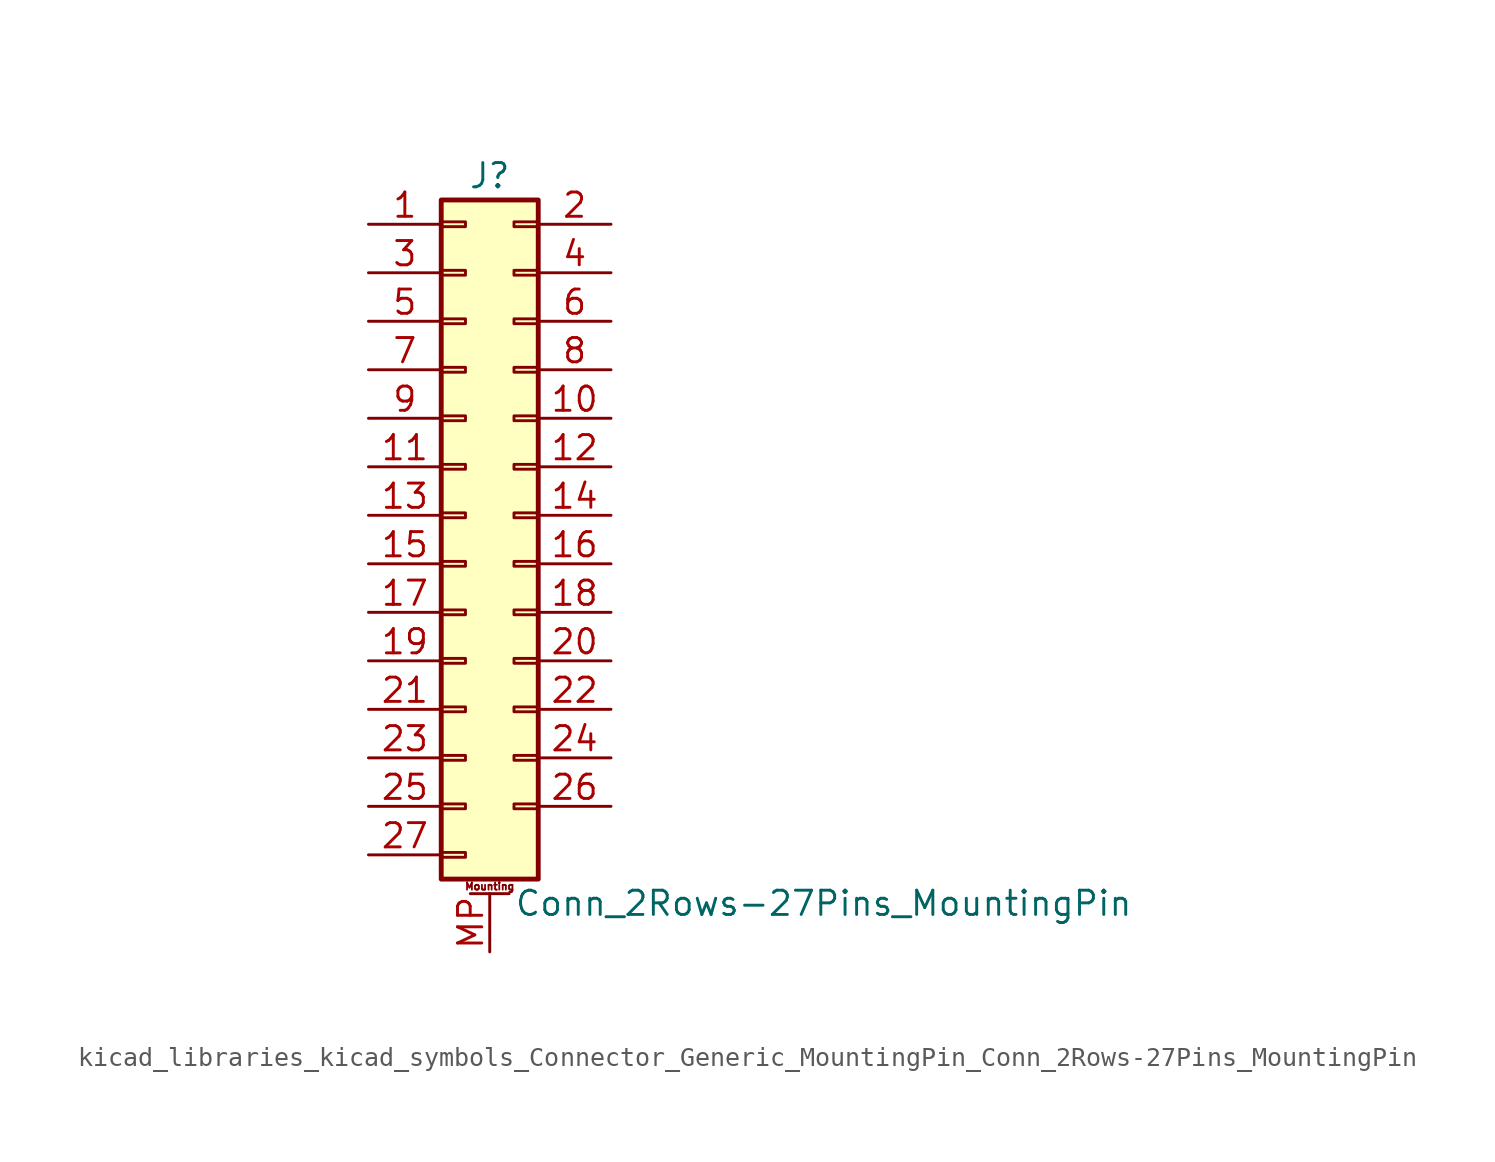
<source format=kicad_sym>
(kicad_symbol_lib
  (version 20220914)
  (generator kicad_symbol_editor)
  (symbol "kicad_libraries_kicad_symbols_Connector_Generic_MountingPin_Conn_2Rows-27Pins_MountingPin"
    (pin_names
      (offset 1.016) hide)
    (property "Reference" "J"
      (at 1.27 17.78 0)
      (effects (font (size 1.27 1.27))))
    (property "Value" "Conn_2Rows-27Pins_MountingPin"
      (at 2.54 -20.32 0)
      (effects (font (size 1.27 1.27)) (justify left)))
    (symbol "kicad_libraries_kicad_symbols_Connector_Generic_MountingPin_Conn_2Rows-27Pins_MountingPin_1_1"
      (rectangle (start -1.27 -17.653) (end 0 -17.907) (stroke (width 0.152) (type default)) (fill (type none)))
      (rectangle (start -1.27 -15.113) (end 0 -15.367) (stroke (width 0.152) (type default)) (fill (type none)))
      (rectangle (start -1.27 -12.573) (end 0 -12.827) (stroke (width 0.152) (type default)) (fill (type none)))
      (rectangle (start -1.27 -10.033) (end 0 -10.287) (stroke (width 0.152) (type default)) (fill (type none)))
      (rectangle (start -1.27 -7.493) (end 0 -7.747) (stroke (width 0.152) (type default)) (fill (type none)))
      (rectangle (start -1.27 -4.953) (end 0 -5.207) (stroke (width 0.152) (type default)) (fill (type none)))
      (rectangle (start -1.27 -2.413) (end 0 -2.667) (stroke (width 0.152) (type default)) (fill (type none)))
      (rectangle (start -1.27 0.127) (end 0 -0.127) (stroke (width 0.152) (type default)) (fill (type none)))
      (rectangle (start -1.27 2.667) (end 0 2.413) (stroke (width 0.152) (type default)) (fill (type none)))
      (rectangle (start -1.27 5.207) (end 0 4.953) (stroke (width 0.152) (type default)) (fill (type none)))
      (rectangle (start -1.27 7.747) (end 0 7.493) (stroke (width 0.152) (type default)) (fill (type none)))
      (rectangle (start -1.27 10.287) (end 0 10.033) (stroke (width 0.152) (type default)) (fill (type none)))
      (rectangle (start -1.27 12.827) (end 0 12.573) (stroke (width 0.152) (type default)) (fill (type none)))
      (rectangle (start -1.27 15.367) (end 0 15.113) (stroke (width 0.152) (type default)) (fill (type none)))
      (rectangle (start -1.27 16.51) (end 3.81 -19.05) (stroke (width 0.254) (type default)) (fill (type background)))
      (polyline (pts (xy 0.254 -19.812) (xy 2.286 -19.812)) (stroke (width 0.152) (type default)) (fill (type none)))
      (rectangle (start 3.81 -15.113) (end 2.54 -15.367) (stroke (width 0.152) (type default)) (fill (type none)))
      (rectangle (start 3.81 -12.573) (end 2.54 -12.827) (stroke (width 0.152) (type default)) (fill (type none)))
      (rectangle (start 3.81 -10.033) (end 2.54 -10.287) (stroke (width 0.152) (type default)) (fill (type none)))
      (rectangle (start 3.81 -7.493) (end 2.54 -7.747) (stroke (width 0.152) (type default)) (fill (type none)))
      (rectangle (start 3.81 -4.953) (end 2.54 -5.207) (stroke (width 0.152) (type default)) (fill (type none)))
      (rectangle (start 3.81 -2.413) (end 2.54 -2.667) (stroke (width 0.152) (type default)) (fill (type none)))
      (rectangle (start 3.81 0.127) (end 2.54 -0.127) (stroke (width 0.152) (type default)) (fill (type none)))
      (rectangle (start 3.81 2.667) (end 2.54 2.413) (stroke (width 0.152) (type default)) (fill (type none)))
      (rectangle (start 3.81 5.207) (end 2.54 4.953) (stroke (width 0.152) (type default)) (fill (type none)))
      (rectangle (start 3.81 7.747) (end 2.54 7.493) (stroke (width 0.152) (type default)) (fill (type none)))
      (rectangle (start 3.81 10.287) (end 2.54 10.033) (stroke (width 0.152) (type default)) (fill (type none)))
      (rectangle (start 3.81 12.827) (end 2.54 12.573) (stroke (width 0.152) (type default)) (fill (type none)))
      (rectangle (start 3.81 15.367) (end 2.54 15.113) (stroke (width 0.152) (type default)) (fill (type none)))
      (text "Mounting" (at 1.27 -19.431 0) (effects (font (size 0.381 0.381))))
      (pin passive line (at -5.08 15.24 0) (length 3.81) (name "Pin_1" (effects (font (size 1.27 1.27)))) (number "1" (effects (font (size 1.27 1.27)))))
      (pin passive line (at 7.62 5.08 180) (length 3.81) (name "Pin_10" (effects (font (size 1.27 1.27)))) (number "10" (effects (font (size 1.27 1.27)))))
      (pin passive line (at -5.08 2.54 0) (length 3.81) (name "Pin_11" (effects (font (size 1.27 1.27)))) (number "11" (effects (font (size 1.27 1.27)))))
      (pin passive line (at 7.62 2.54 180) (length 3.81) (name "Pin_12" (effects (font (size 1.27 1.27)))) (number "12" (effects (font (size 1.27 1.27)))))
      (pin passive line (at -5.08 0 0) (length 3.81) (name "Pin_13" (effects (font (size 1.27 1.27)))) (number "13" (effects (font (size 1.27 1.27)))))
      (pin passive line (at 7.62 0 180) (length 3.81) (name "Pin_14" (effects (font (size 1.27 1.27)))) (number "14" (effects (font (size 1.27 1.27)))))
      (pin passive line (at -5.08 -2.54 0) (length 3.81) (name "Pin_15" (effects (font (size 1.27 1.27)))) (number "15" (effects (font (size 1.27 1.27)))))
      (pin passive line (at 7.62 -2.54 180) (length 3.81) (name "Pin_16" (effects (font (size 1.27 1.27)))) (number "16" (effects (font (size 1.27 1.27)))))
      (pin passive line (at -5.08 -5.08 0) (length 3.81) (name "Pin_17" (effects (font (size 1.27 1.27)))) (number "17" (effects (font (size 1.27 1.27)))))
      (pin passive line (at 7.62 -5.08 180) (length 3.81) (name "Pin_18" (effects (font (size 1.27 1.27)))) (number "18" (effects (font (size 1.27 1.27)))))
      (pin passive line (at -5.08 -7.62 0) (length 3.81) (name "Pin_19" (effects (font (size 1.27 1.27)))) (number "19" (effects (font (size 1.27 1.27)))))
      (pin passive line (at 7.62 15.24 180) (length 3.81) (name "Pin_2" (effects (font (size 1.27 1.27)))) (number "2" (effects (font (size 1.27 1.27)))))
      (pin passive line (at 7.62 -7.62 180) (length 3.81) (name "Pin_20" (effects (font (size 1.27 1.27)))) (number "20" (effects (font (size 1.27 1.27)))))
      (pin passive line (at -5.08 -10.16 0) (length 3.81) (name "Pin_21" (effects (font (size 1.27 1.27)))) (number "21" (effects (font (size 1.27 1.27)))))
      (pin passive line (at 7.62 -10.16 180) (length 3.81) (name "Pin_22" (effects (font (size 1.27 1.27)))) (number "22" (effects (font (size 1.27 1.27)))))
      (pin passive line (at -5.08 -12.7 0) (length 3.81) (name "Pin_23" (effects (font (size 1.27 1.27)))) (number "23" (effects (font (size 1.27 1.27)))))
      (pin passive line (at 7.62 -12.7 180) (length 3.81) (name "Pin_24" (effects (font (size 1.27 1.27)))) (number "24" (effects (font (size 1.27 1.27)))))
      (pin passive line (at -5.08 -15.24 0) (length 3.81) (name "Pin_25" (effects (font (size 1.27 1.27)))) (number "25" (effects (font (size 1.27 1.27)))))
      (pin passive line (at 7.62 -15.24 180) (length 3.81) (name "Pin_26" (effects (font (size 1.27 1.27)))) (number "26" (effects (font (size 1.27 1.27)))))
      (pin passive line (at -5.08 -17.78 0) (length 3.81) (name "Pin_27" (effects (font (size 1.27 1.27)))) (number "27" (effects (font (size 1.27 1.27)))))
      (pin passive line (at -5.08 12.7 0) (length 3.81) (name "Pin_3" (effects (font (size 1.27 1.27)))) (number "3" (effects (font (size 1.27 1.27)))))
      (pin passive line (at 7.62 12.7 180) (length 3.81) (name "Pin_4" (effects (font (size 1.27 1.27)))) (number "4" (effects (font (size 1.27 1.27)))))
      (pin passive line (at -5.08 10.16 0) (length 3.81) (name "Pin_5" (effects (font (size 1.27 1.27)))) (number "5" (effects (font (size 1.27 1.27)))))
      (pin passive line (at 7.62 10.16 180) (length 3.81) (name "Pin_6" (effects (font (size 1.27 1.27)))) (number "6" (effects (font (size 1.27 1.27)))))
      (pin passive line (at -5.08 7.62 0) (length 3.81) (name "Pin_7" (effects (font (size 1.27 1.27)))) (number "7" (effects (font (size 1.27 1.27)))))
      (pin passive line (at 7.62 7.62 180) (length 3.81) (name "Pin_8" (effects (font (size 1.27 1.27)))) (number "8" (effects (font (size 1.27 1.27)))))
      (pin passive line (at -5.08 5.08 0) (length 3.81) (name "Pin_9" (effects (font (size 1.27 1.27)))) (number "9" (effects (font (size 1.27 1.27)))))
      (pin passive line (at 1.27 -22.86 90) (length 3.048) (name "MountPin" (effects (font (size 1.27 1.27)))) (number "MP" (effects (font (size 1.27 1.27))))))))
</source>
